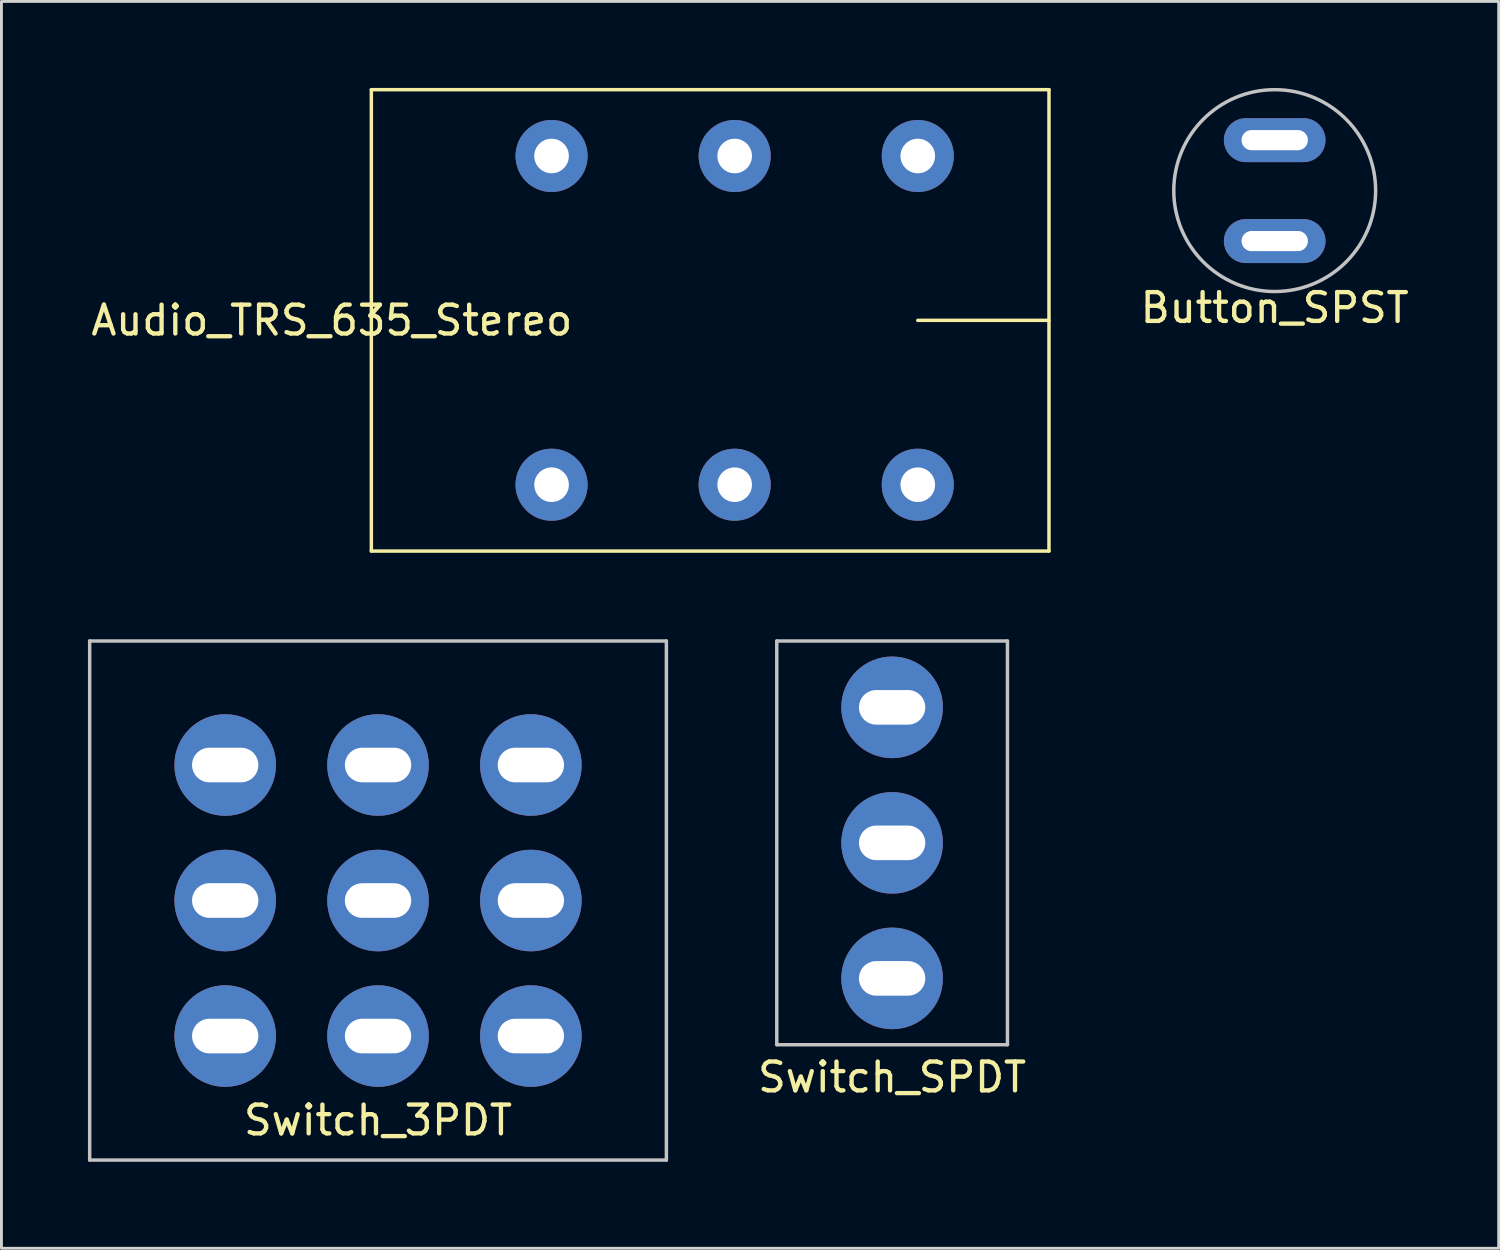
<source format=kicad_pcb>
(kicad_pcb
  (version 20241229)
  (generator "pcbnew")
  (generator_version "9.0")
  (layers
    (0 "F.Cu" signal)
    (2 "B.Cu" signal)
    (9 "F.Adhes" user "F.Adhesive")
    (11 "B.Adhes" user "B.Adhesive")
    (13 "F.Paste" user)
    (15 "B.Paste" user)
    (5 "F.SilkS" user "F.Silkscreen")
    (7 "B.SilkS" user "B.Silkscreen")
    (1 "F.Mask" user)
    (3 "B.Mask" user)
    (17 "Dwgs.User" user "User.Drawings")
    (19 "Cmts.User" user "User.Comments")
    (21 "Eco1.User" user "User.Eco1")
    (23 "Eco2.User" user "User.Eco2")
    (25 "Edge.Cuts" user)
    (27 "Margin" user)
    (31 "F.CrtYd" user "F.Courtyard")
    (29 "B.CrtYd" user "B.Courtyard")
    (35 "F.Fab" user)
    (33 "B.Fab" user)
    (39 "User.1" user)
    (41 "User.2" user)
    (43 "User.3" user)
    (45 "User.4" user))
  (footprint "Audio_TRS_635_Stereo"
    (layer "F.Cu")
    (at 28.778 8.06)
    (property "Reference" "Audio_TRS_635_Stereo" (at -20.32 0 180) (layer "F.SilkS") (effects (font (size 1 1) (thickness 0.15))))
    (attr through_hole)
    (fp_line (start -18.95 -8) (end -18.95 8) (stroke (width 0.12) (type solid)) (layer "F.SilkS"))
    (fp_line (start -18.95 -8) (end 4.55 -8) (stroke (width 0.12) (type solid)) (layer "F.SilkS"))
    (fp_line (start 4.55 -8) (end 4.55 8) (stroke (width 0.12) (type solid)) (layer "F.SilkS"))
    (fp_line (start 4.55 0) (end 0 0) (stroke (width 0.12) (type solid)) (layer "F.SilkS"))
    (fp_line (start 4.55 8) (end -18.95 8) (stroke (width 0.12) (type solid)) (layer "F.SilkS"))
    (pad "1" thru_hole circle (at -12.7 -5.7) (size 2.5 2.5) (drill 1.2) (layers "*.Cu" "*.Mask"))
    (pad "1" thru_hole circle (at -12.7 5.7) (size 2.5 2.5) (drill 1.2) (layers "*.Cu" "*.Mask"))
    (pad "2" thru_hole circle (at -6.35 -5.7) (size 2.5 2.5) (drill 1.2) (layers "*.Cu" "*.Mask"))
    (pad "2" thru_hole circle (at -6.35 5.7) (size 2.5 2.5) (drill 1.2) (layers "*.Cu" "*.Mask"))
    (pad "3" thru_hole circle (at 0 -5.7) (size 2.5 2.5) (drill 1.2) (layers "*.Cu" "*.Mask"))
    (pad "3" thru_hole circle (at 0 5.7) (size 2.5 2.5) (drill 1.2) (layers "*.Cu" "*.Mask")))
  (footprint "Switch_3PDT"
    (layer "F.Cu")
    (at 10.06 28.18)
    (property "Reference" "Switch_3PDT" (at 0 7.62 180) (layer "F.SilkS") (effects (font (size 1 1) (thickness 0.15))))
    (attr through_hole)
    (fp_line (start -10 -9) (end -10 9) (stroke (width 0.12) (type solid)) (layer "Dwgs.User"))
    (fp_line (start -10 -9) (end 10 -9) (stroke (width 0.12) (type solid)) (layer "Dwgs.User"))
    (fp_line (start -10 9) (end 10 9) (stroke (width 0.12) (type solid)) (layer "Dwgs.User"))
    (fp_line (start 10 -9) (end 10 9) (stroke (width 0.12) (type solid)) (layer "Dwgs.User"))
    (pad "1" thru_hole circle (at -5.3 -4.7) (size 3.524 3.524) (drill oval 2.3 1.2) (layers "*.Cu" "*.Mask"))
    (pad "2" thru_hole circle (at -5.3 0) (size 3.524 3.524) (drill oval 2.3 1.2) (layers "*.Cu" "*.Mask"))
    (pad "3" thru_hole circle (at -5.3 4.7) (size 3.524 3.524) (drill oval 2.3 1.2) (layers "*.Cu" "*.Mask"))
    (pad "4" thru_hole circle (at 0 -4.7) (size 3.524 3.524) (drill oval 2.3 1.2) (layers "*.Cu" "*.Mask"))
    (pad "5" thru_hole circle (at 0 0) (size 3.524 3.524) (drill oval 2.3 1.2) (layers "*.Cu" "*.Mask"))
    (pad "6" thru_hole circle (at 0 4.7) (size 3.524 3.524) (drill oval 2.3 1.2) (layers "*.Cu" "*.Mask"))
    (pad "7" thru_hole circle (at 5.3 -4.7) (size 3.524 3.524) (drill oval 2.3 1.2) (layers "*.Cu" "*.Mask"))
    (pad "8" thru_hole circle (at 5.3 0) (size 3.524 3.524) (drill oval 2.3 1.2) (layers "*.Cu" "*.Mask"))
    (pad "9" thru_hole circle (at 5.3 4.7) (size 3.524 3.524) (drill oval 2.3 1.2) (layers "*.Cu" "*.Mask")))
  (footprint "Button_SPST"
    (layer "F.Cu")
    (at 41.156 3.56)
    (property "Reference" "Button_SPST" (at 0 4.064 180) (layer "F.SilkS") (effects (font (size 1 1) (thickness 0.15))))
    (attr through_hole)
    (fp_circle (center 0 0) (end 3.5 0) (stroke (width 0.12) (type solid)) (fill no) (layer "Dwgs.User"))
    (pad "1" thru_hole oval (at 0 -1.75) (size 3.524 1.524) (drill oval 2.3 0.7) (layers "*.Cu" "*.Mask"))
    (pad "2" thru_hole oval (at 0 1.75) (size 3.524 1.524) (drill oval 2.3 0.7) (layers "*.Cu" "*.Mask")))
  (footprint "Switch_SPDT"
    (layer "F.Cu")
    (at 27.888 26.18)
    (property "Reference" "Switch_SPDT" (at 0 8.128 0) (layer "F.SilkS") (effects (font (size 1 1) (thickness 0.15))))
    (attr through_hole)
    (fp_line (start -4 -7) (end -4 7) (stroke (width 0.12) (type solid)) (layer "Dwgs.User"))
    (fp_line (start -4 -7) (end 4 -7) (stroke (width 0.12) (type solid)) (layer "Dwgs.User"))
    (fp_line (start -4 7) (end 4 7) (stroke (width 0.12) (type solid)) (layer "Dwgs.User"))
    (fp_line (start 4 -7) (end 4 7) (stroke (width 0.12) (type solid)) (layer "Dwgs.User"))
    (pad "1" thru_hole circle (at 0 -4.7) (size 3.524 3.524) (drill oval 2.3 1.2) (layers "*.Cu" "*.Mask"))
    (pad "2" thru_hole circle (at 0 0) (size 3.524 3.524) (drill oval 2.3 1.2) (layers "*.Cu" "*.Mask"))
    (pad "3" thru_hole circle (at 0 4.7) (size 3.524 3.524) (drill oval 2.3 1.2) (layers "*.Cu" "*.Mask")))
  (gr_rect
    (start -3 -3)
    (end 48.924 40.24)
    (stroke (width 0.1) (type default))
    (fill no)
    (layer "Edge.Cuts")))
</source>
